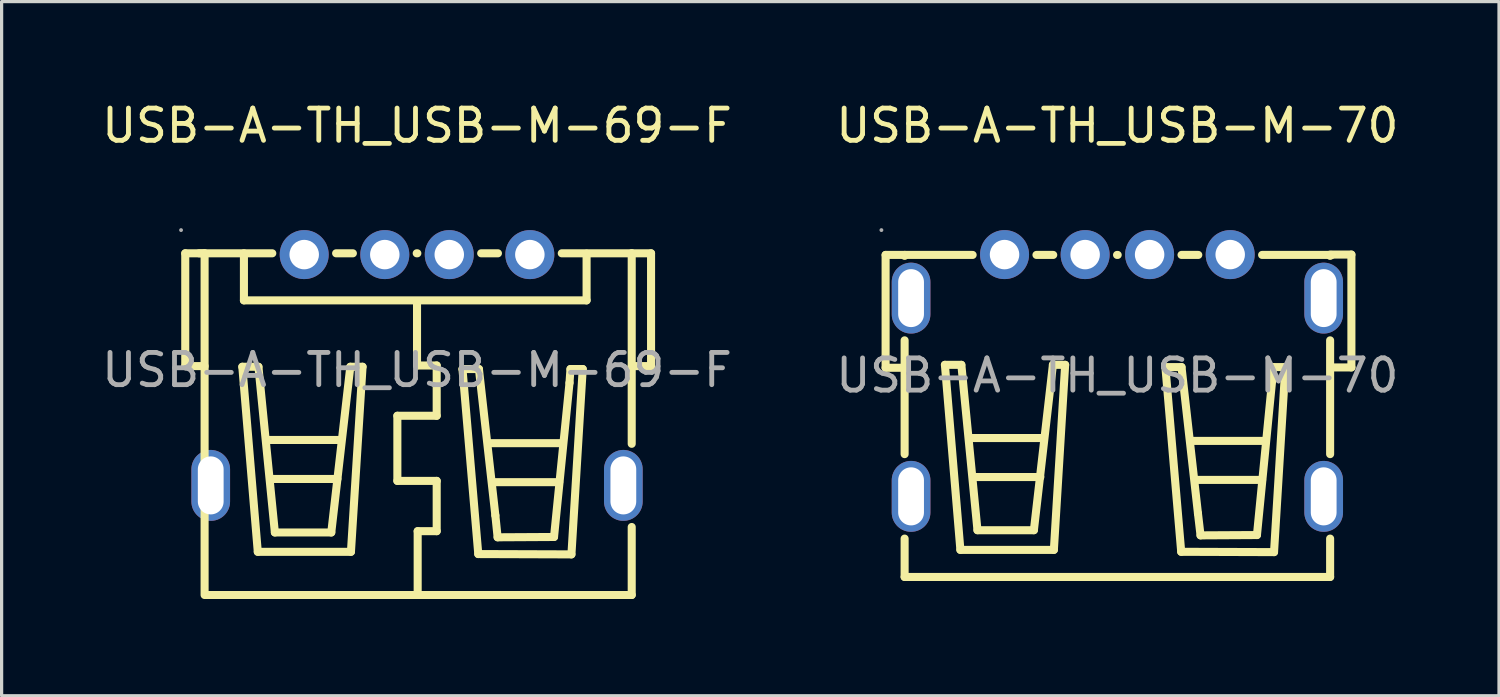
<source format=kicad_pcb>
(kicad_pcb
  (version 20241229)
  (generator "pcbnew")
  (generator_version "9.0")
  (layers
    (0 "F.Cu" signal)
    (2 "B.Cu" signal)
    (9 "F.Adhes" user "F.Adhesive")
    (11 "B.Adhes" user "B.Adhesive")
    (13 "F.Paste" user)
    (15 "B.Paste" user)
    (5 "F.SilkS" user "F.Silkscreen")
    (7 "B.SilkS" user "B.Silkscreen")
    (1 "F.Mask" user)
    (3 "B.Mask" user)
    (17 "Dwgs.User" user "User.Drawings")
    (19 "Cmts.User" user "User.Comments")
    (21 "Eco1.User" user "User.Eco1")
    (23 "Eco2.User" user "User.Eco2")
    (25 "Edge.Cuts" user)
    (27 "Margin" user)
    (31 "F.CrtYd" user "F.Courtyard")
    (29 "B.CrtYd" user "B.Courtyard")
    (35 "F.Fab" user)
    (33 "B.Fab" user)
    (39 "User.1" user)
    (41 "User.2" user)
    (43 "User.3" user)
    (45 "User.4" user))
  (footprint "USB-A-TH_USB-M-70"
    (layer "F.Cu")
    (at 31.613 8.598)
    (property "Reference" "USB-A-TH_USB-M-70" (at 0 -7.75 0) (layer "F.SilkS") (effects (font (size 1 1) (thickness 0.15))))
    (attr through_hole)
    (fp_line (start -7.19 -0.24) (end -7.19 -3.74) (stroke (width 0.25) (type solid)) (layer "F.SilkS"))
    (fp_line (start -6.6 -3.71) (end -6.6 -3.74) (stroke (width 0.25) (type solid)) (layer "F.SilkS"))
    (fp_line (start -6.6 2.44) (end -6.6 -1.09) (stroke (width 0.25) (type solid)) (layer "F.SilkS"))
    (fp_line (start -6.6 6.25) (end -6.6 5.06) (stroke (width 0.25) (type solid)) (layer "F.SilkS"))
    (fp_line (start -6.6 6.25) (end 6.6 6.25) (stroke (width 0.25) (type solid)) (layer "F.SilkS"))
    (fp_line (start -6.59 -3.74) (end -7.19 -3.74) (stroke (width 0.25) (type solid)) (layer "F.SilkS"))
    (fp_line (start -6.59 -3.74) (end -4.49 -3.74) (stroke (width 0.25) (type solid)) (layer "F.SilkS"))
    (fp_line (start -6.59 -0.24) (end -7.19 -0.24) (stroke (width 0.25) (type solid)) (layer "F.SilkS"))
    (fp_line (start -5.35 -0.33) (end -4.84 -0.33) (stroke (width 0.25) (type solid)) (layer "F.SilkS"))
    (fp_line (start -4.87 5.41) (end -5.35 -0.33) (stroke (width 0.25) (type solid)) (layer "F.SilkS"))
    (fp_line (start -4.84 -0.33) (end -4.34 4.8) (stroke (width 0.25) (type solid)) (layer "F.SilkS"))
    (fp_line (start -4.56 1.94) (end -2.3 1.94) (stroke (width 0.25) (type solid)) (layer "F.SilkS"))
    (fp_line (start -4.42 3.15) (end -2.39 3.15) (stroke (width 0.25) (type solid)) (layer "F.SilkS"))
    (fp_line (start -4.34 4.8) (end -2.59 4.8) (stroke (width 0.25) (type solid)) (layer "F.SilkS"))
    (fp_line (start -2.59 4.8) (end -2 -0.33) (stroke (width 0.25) (type solid)) (layer "F.SilkS"))
    (fp_line (start -2.51 -3.74) (end -1.99 -3.74) (stroke (width 0.25) (type solid)) (layer "F.SilkS"))
    (fp_line (start -2 -0.33) (end -1.62 -0.33) (stroke (width 0.25) (type solid)) (layer "F.SilkS"))
    (fp_line (start -1.97 5.41) (end -4.87 5.41) (stroke (width 0.25) (type solid)) (layer "F.SilkS"))
    (fp_line (start -1.62 -0.33) (end -1.97 5.41) (stroke (width 0.25) (type solid)) (layer "F.SilkS"))
    (fp_line (start -0.01 -3.74) (end 0.01 -3.74) (stroke (width 0.25) (type solid)) (layer "F.SilkS"))
    (fp_line (start 1.49 -0.26) (end 1.99 -0.26) (stroke (width 0.25) (type solid)) (layer "F.SilkS"))
    (fp_line (start 1.98 5.47) (end 1.49 -0.26) (stroke (width 0.25) (type solid)) (layer "F.SilkS"))
    (fp_line (start 1.99 -3.74) (end 2.51 -3.74) (stroke (width 0.25) (type solid)) (layer "F.SilkS"))
    (fp_line (start 1.99 -0.26) (end 2.5 4.28) (stroke (width 0.25) (type solid)) (layer "F.SilkS"))
    (fp_line (start 2.32 2.03) (end 4.58 2.03) (stroke (width 0.25) (type solid)) (layer "F.SilkS"))
    (fp_line (start 2.46 3.24) (end 4.49 3.24) (stroke (width 0.25) (type solid)) (layer "F.SilkS"))
    (fp_line (start 2.5 4.28) (end 2.58 4.96) (stroke (width 0.25) (type solid)) (layer "F.SilkS"))
    (fp_line (start 2.58 4.96) (end 4.33 4.95) (stroke (width 0.25) (type solid)) (layer "F.SilkS"))
    (fp_line (start 4.33 4.95) (end 4.8 0.17) (stroke (width 0.25) (type solid)) (layer "F.SilkS"))
    (fp_line (start 4.49 -3.74) (end 6.65 -3.74) (stroke (width 0.25) (type solid)) (layer "F.SilkS"))
    (fp_line (start 4.8 0.17) (end 4.83 -0.26) (stroke (width 0.25) (type solid)) (layer "F.SilkS"))
    (fp_line (start 4.83 -0.26) (end 5.21 -0.26) (stroke (width 0.25) (type solid)) (layer "F.SilkS"))
    (fp_line (start 4.86 5.48) (end 1.98 5.47) (stroke (width 0.25) (type solid)) (layer "F.SilkS"))
    (fp_line (start 5.21 -0.26) (end 4.86 5.48) (stroke (width 0.25) (type solid)) (layer "F.SilkS"))
    (fp_line (start 6.6 -3.71) (end 6.6 -3.75) (stroke (width 0.25) (type solid)) (layer "F.SilkS"))
    (fp_line (start 6.6 2.44) (end 6.6 -1.09) (stroke (width 0.25) (type solid)) (layer "F.SilkS"))
    (fp_line (start 6.6 6.25) (end 6.6 5.06) (stroke (width 0.25) (type solid)) (layer "F.SilkS"))
    (fp_line (start 6.66 -3.75) (end 7.26 -3.75) (stroke (width 0.25) (type solid)) (layer "F.SilkS"))
    (fp_line (start 6.66 -0.25) (end 7.26 -0.25) (stroke (width 0.25) (type solid)) (layer "F.SilkS"))
    (fp_line (start 7.26 -3.75) (end 7.26 -0.25) (stroke (width 0.25) (type solid)) (layer "F.SilkS"))
    (fp_circle (center -7.32 -4.51) (end -7.29 -4.51) (stroke (width 0.06) (type solid)) (fill no) (layer "F.Fab"))
    (fp_circle (center -3.5 -3.75) (end -3.32 -3.75) (stroke (width 0.36) (type solid)) (fill no) (layer "F.Fab"))
    (fp_circle (center -1 -3.75) (end -0.82 -3.75) (stroke (width 0.36) (type solid)) (fill no) (layer "F.Fab"))
    (fp_circle (center 1 -3.75) (end 1.18 -3.75) (stroke (width 0.36) (type solid)) (fill no) (layer "F.Fab"))
    (fp_circle (center 3.5 -3.75) (end 3.68 -3.75) (stroke (width 0.36) (type solid)) (fill no) (layer "F.Fab"))
    (fp_text user "${REFERENCE}" (at 0 0 0) (layer "F.Fab") (effects (font (size 1 1) (thickness 0.15))))
    (pad "1" thru_hole circle (at -3.5 -3.75) (size 1.52 1.52) (drill 0.914) (layers "*.Cu" "*.Paste" "*.Mask"))
    (pad "2" thru_hole circle (at -1 -3.75) (size 1.52 1.52) (drill 0.914) (layers "*.Cu" "*.Paste" "*.Mask"))
    (pad "3" thru_hole circle (at 1 -3.75) (size 1.52 1.52) (drill 0.914) (layers "*.Cu" "*.Paste" "*.Mask"))
    (pad "4" thru_hole circle (at 3.5 -3.75) (size 1.52 1.52) (drill 0.914) (layers "*.Cu" "*.Paste" "*.Mask"))
    (pad "5" thru_hole oval (at 6.4 -2.4 90) (size 2.2 1.2) (drill oval 1.798 0.8) (layers "*.Cu" "*.Paste" "*.Mask"))
    (pad "6" thru_hole oval (at 6.4 3.75 90) (size 2.2 1.2) (drill oval 1.801 0.8) (layers "*.Cu" "*.Paste" "*.Mask"))
    (pad "7" thru_hole oval (at -6.4 3.75 90) (size 2.2 1.2) (drill oval 1.801 0.8) (layers "*.Cu" "*.Paste" "*.Mask"))
    (pad "8" thru_hole oval (at -6.4 -2.4 270) (size 2.2 1.2) (drill oval 1.798 0.8) (layers "*.Cu" "*.Paste" "*.Mask")))
  (footprint "USB-A-TH_USB-M-69-F"
    (layer "F.Cu")
    (at 9.887 8.428)
    (property "Reference" "USB-A-TH_USB-M-69-F" (at 0 -7.58 0) (layer "F.SilkS") (effects (font (size 1 1) (thickness 0.15))))
    (attr through_hole)
    (fp_line (start -7.19 -0.12) (end -7.19 -3.62) (stroke (width 0.25) (type solid)) (layer "F.SilkS"))
    (fp_line (start -6.76 -3.62) (end -4.49 -3.62) (stroke (width 0.25) (type solid)) (layer "F.SilkS"))
    (fp_line (start -6.59 -3.62) (end -7.19 -3.62) (stroke (width 0.25) (type solid)) (layer "F.SilkS"))
    (fp_line (start -6.59 -3.62) (end -6.59 6.98) (stroke (width 0.25) (type solid)) (layer "F.SilkS"))
    (fp_line (start -6.59 -0.12) (end -7.19 -0.12) (stroke (width 0.25) (type solid)) (layer "F.SilkS"))
    (fp_line (start -6.54 6.98) (end 6.66 6.98) (stroke (width 0.25) (type solid)) (layer "F.SilkS"))
    (fp_line (start -5.42 -0.1) (end -4.92 -0.1) (stroke (width 0.25) (type solid)) (layer "F.SilkS"))
    (fp_line (start -5.37 -3.59) (end -5.37 -3.62) (stroke (width 0.25) (type solid)) (layer "F.SilkS"))
    (fp_line (start -5.37 -2.16) (end -5.37 -3.59) (stroke (width 0.25) (type solid)) (layer "F.SilkS"))
    (fp_line (start -4.94 5.64) (end -5.42 -0.1) (stroke (width 0.25) (type solid)) (layer "F.SilkS"))
    (fp_line (start -4.92 -0.1) (end -4.41 5.04) (stroke (width 0.25) (type solid)) (layer "F.SilkS"))
    (fp_line (start -4.64 2.17) (end -2.38 2.17) (stroke (width 0.25) (type solid)) (layer "F.SilkS"))
    (fp_line (start -4.5 3.38) (end -2.47 3.38) (stroke (width 0.25) (type solid)) (layer "F.SilkS"))
    (fp_line (start -4.41 5.04) (end -2.66 5.04) (stroke (width 0.25) (type solid)) (layer "F.SilkS"))
    (fp_line (start -2.66 5.04) (end -2.07 -0.1) (stroke (width 0.25) (type solid)) (layer "F.SilkS"))
    (fp_line (start -2.51 -3.62) (end -1.99 -3.62) (stroke (width 0.25) (type solid)) (layer "F.SilkS"))
    (fp_line (start -2.07 -0.1) (end -1.69 -0.1) (stroke (width 0.25) (type solid)) (layer "F.SilkS"))
    (fp_line (start -2.05 5.64) (end -4.94 5.64) (stroke (width 0.25) (type solid)) (layer "F.SilkS"))
    (fp_line (start -1.69 -0.1) (end -2.05 5.64) (stroke (width 0.25) (type solid)) (layer "F.SilkS"))
    (fp_line (start -0.61 1.42) (end -0.61 3.44) (stroke (width 0.25) (type solid)) (layer "F.SilkS"))
    (fp_line (start -0.61 3.44) (end 0.61 3.44) (stroke (width 0.25) (type solid)) (layer "F.SilkS"))
    (fp_line (start -0.01 -3.62) (end 0.01 -3.62) (stroke (width 0.25) (type solid)) (layer "F.SilkS"))
    (fp_line (start 0 -2.14) (end 0 -0.14) (stroke (width 0.25) (type solid)) (layer "F.SilkS"))
    (fp_line (start 0 -0.14) (end 0.61 -0.14) (stroke (width 0.25) (type solid)) (layer "F.SilkS"))
    (fp_line (start 0.02 5) (end 0.02 6.91) (stroke (width 0.25) (type solid)) (layer "F.SilkS"))
    (fp_line (start 0.61 -0.14) (end 0.61 1.42) (stroke (width 0.25) (type solid)) (layer "F.SilkS"))
    (fp_line (start 0.61 1.42) (end -0.61 1.42) (stroke (width 0.25) (type solid)) (layer "F.SilkS"))
    (fp_line (start 0.61 3.44) (end 0.61 5) (stroke (width 0.25) (type solid)) (layer "F.SilkS"))
    (fp_line (start 0.61 5) (end 0.02 5) (stroke (width 0.25) (type solid)) (layer "F.SilkS"))
    (fp_line (start 1.41 -0.03) (end 1.92 -0.03) (stroke (width 0.25) (type solid)) (layer "F.SilkS"))
    (fp_line (start 1.9 5.71) (end 1.41 -0.03) (stroke (width 0.25) (type solid)) (layer "F.SilkS"))
    (fp_line (start 1.92 -0.03) (end 2.43 4.51) (stroke (width 0.25) (type solid)) (layer "F.SilkS"))
    (fp_line (start 1.99 -3.62) (end 2.51 -3.62) (stroke (width 0.25) (type solid)) (layer "F.SilkS"))
    (fp_line (start 2.24 2.27) (end 4.5 2.27) (stroke (width 0.25) (type solid)) (layer "F.SilkS"))
    (fp_line (start 2.38 3.48) (end 4.41 3.48) (stroke (width 0.25) (type solid)) (layer "F.SilkS"))
    (fp_line (start 2.43 4.51) (end 2.5 5.19) (stroke (width 0.25) (type solid)) (layer "F.SilkS"))
    (fp_line (start 2.5 5.19) (end 4.25 5.18) (stroke (width 0.25) (type solid)) (layer "F.SilkS"))
    (fp_line (start 4.25 5.18) (end 4.73 0.4) (stroke (width 0.25) (type solid)) (layer "F.SilkS"))
    (fp_line (start 4.49 -3.62) (end 6.66 -3.62) (stroke (width 0.25) (type solid)) (layer "F.SilkS"))
    (fp_line (start 4.73 0.4) (end 4.76 -0.03) (stroke (width 0.25) (type solid)) (layer "F.SilkS"))
    (fp_line (start 4.76 -0.03) (end 5.14 -0.03) (stroke (width 0.25) (type solid)) (layer "F.SilkS"))
    (fp_line (start 4.79 5.72) (end 1.9 5.71) (stroke (width 0.25) (type solid)) (layer "F.SilkS"))
    (fp_line (start 5.14 -0.03) (end 4.79 5.72) (stroke (width 0.25) (type solid)) (layer "F.SilkS"))
    (fp_line (start 5.26 -3.61) (end 5.26 -3.56) (stroke (width 0.25) (type solid)) (layer "F.SilkS"))
    (fp_line (start 5.26 -3.56) (end 5.26 -2.16) (stroke (width 0.25) (type solid)) (layer "F.SilkS"))
    (fp_line (start 5.26 -2.16) (end -5.37 -2.16) (stroke (width 0.25) (type solid)) (layer "F.SilkS"))
    (fp_line (start 6.66 -3.62) (end 7.26 -3.62) (stroke (width 0.25) (type solid)) (layer "F.SilkS"))
    (fp_line (start 6.66 -0.12) (end 7.26 -0.12) (stroke (width 0.25) (type solid)) (layer "F.SilkS"))
    (fp_line (start 6.66 2.29) (end 6.66 -3.62) (stroke (width 0.25) (type solid)) (layer "F.SilkS"))
    (fp_line (start 6.66 6.98) (end 6.66 4.87) (stroke (width 0.25) (type solid)) (layer "F.SilkS"))
    (fp_line (start 7.26 -3.62) (end 7.26 -0.12) (stroke (width 0.25) (type solid)) (layer "F.SilkS"))
    (fp_circle (center -7.32 -4.34) (end -7.29 -4.34) (stroke (width 0.06) (type solid)) (fill no) (layer "F.Fab"))
    (fp_circle (center -3.5 -3.58) (end -3.32 -3.58) (stroke (width 0.36) (type solid)) (fill no) (layer "F.Fab"))
    (fp_circle (center -1 -3.58) (end -0.82 -3.58) (stroke (width 0.36) (type solid)) (fill no) (layer "F.Fab"))
    (fp_circle (center 1 -3.58) (end 1.18 -3.58) (stroke (width 0.36) (type solid)) (fill no) (layer "F.Fab"))
    (fp_circle (center 3.5 -3.58) (end 3.68 -3.58) (stroke (width 0.36) (type solid)) (fill no) (layer "F.Fab"))
    (fp_text user "${REFERENCE}" (at 0 0 0) (layer "F.Fab") (effects (font (size 1 1) (thickness 0.15))))
    (pad "0" thru_hole oval (at -6.4 3.58 270) (size 2.2 1.2) (drill oval 1.8 0.8) (layers "*.Cu" "*.Paste" "*.Mask"))
    (pad "0" thru_hole oval (at 6.4 3.58 90) (size 2.2 1.2) (drill oval 1.8 0.8) (layers "*.Cu" "*.Paste" "*.Mask"))
    (pad "1" thru_hole circle (at -3.5 -3.58) (size 1.52 1.52) (drill 0.914) (layers "*.Cu" "*.Paste" "*.Mask"))
    (pad "2" thru_hole circle (at -1 -3.58) (size 1.52 1.52) (drill 0.914) (layers "*.Cu" "*.Paste" "*.Mask"))
    (pad "3" thru_hole circle (at 1 -3.58) (size 1.52 1.52) (drill 0.914) (layers "*.Cu" "*.Paste" "*.Mask"))
    (pad "4" thru_hole circle (at 3.5 -3.58) (size 1.52 1.52) (drill 0.914) (layers "*.Cu" "*.Paste" "*.Mask")))
  (gr_rect
    (start -3 -3)
    (end 43.452 18.533)
    (stroke (width 0.1) (type default))
    (fill no)
    (layer "Edge.Cuts")))
</source>
